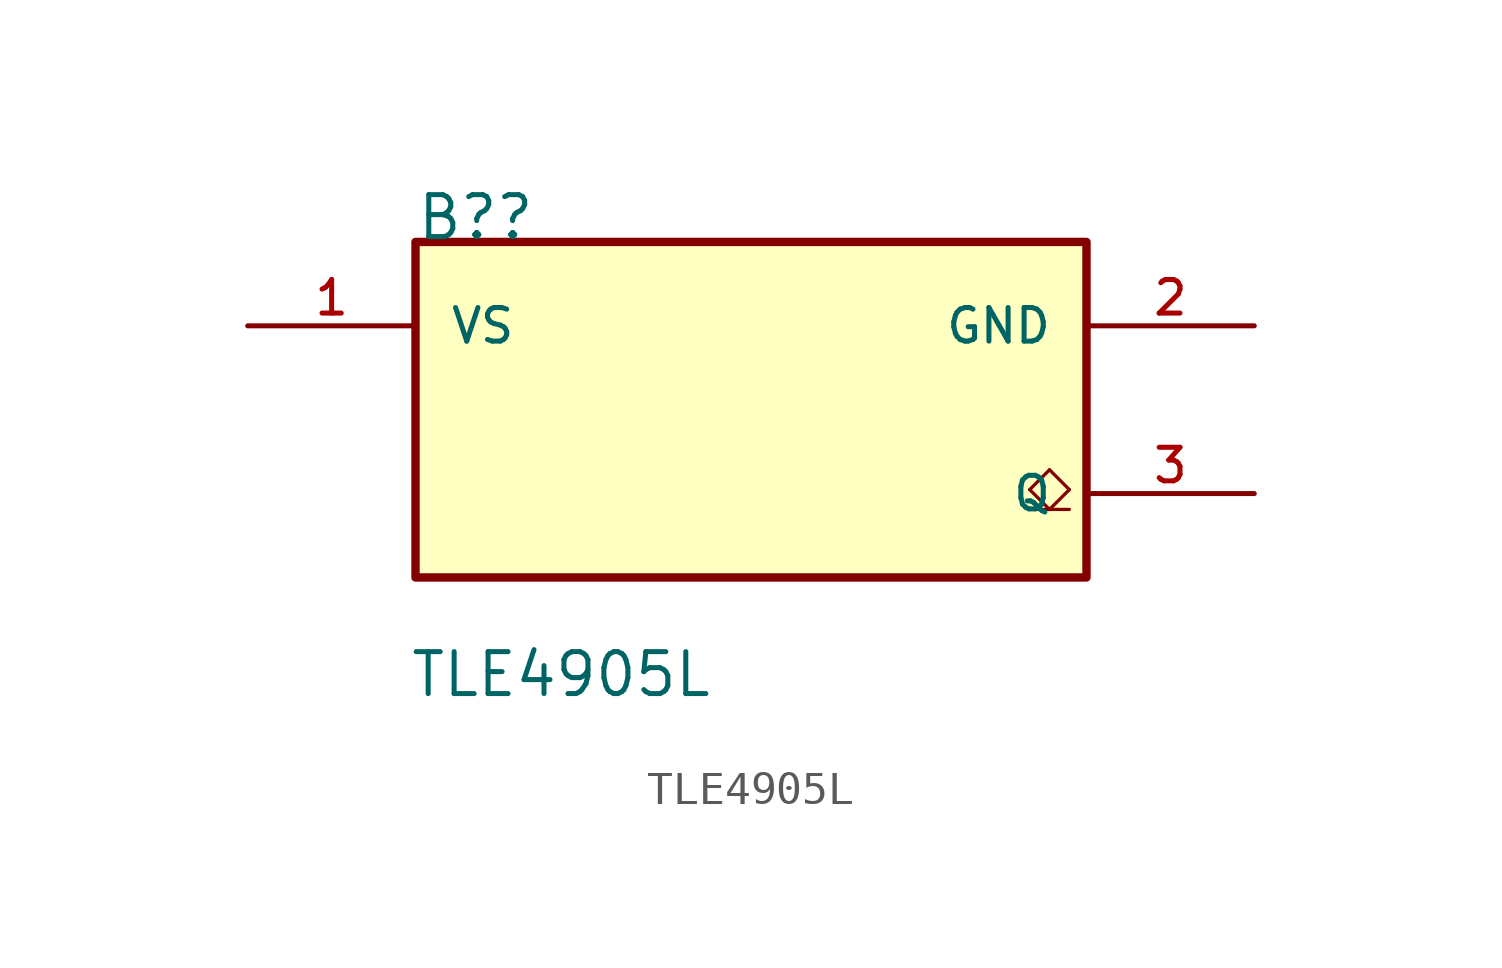
<source format=kicad_sym>
(kicad_symbol_lib
  (version 20211014)
  (generator kicad_symbol_editor)
  (symbol "TLE4905L"
    (pin_names
      (offset 1.016))
    (property "Reference" "B?"
      (at 0.0 0.0 0.0)
      (effects (font (size 1.27 1.27)) (justify bottom left)))
    (property "Value" "TLE4905L"
      (at -0.2 -13.84 0.0)
      (effects (font (size 1.27 1.27)) (justify bottom left)))
    (symbol "TLE4905L_0_0"
      (polyline (pts (xy 18.6 -8.1) (xy 19.2 -8.1)) (stroke (width 0.1)))
      (polyline (pts (xy 19.2 -8.1) (xy 19.8 -8.1)) (stroke (width 0.1)))
      (polyline (pts (xy 19.2 -8.1) (xy 18.6 -7.5)) (stroke (width 0.1)))
      (polyline (pts (xy 18.6 -7.5) (xy 19.2 -6.9)) (stroke (width 0.1)))
      (polyline (pts (xy 19.2 -6.9) (xy 19.8 -7.5)) (stroke (width 0.1)))
      (polyline (pts (xy 19.8 -7.5) (xy 19.2 -8.1)) (stroke (width 0.1)))
      (rectangle (start 1.7763568394e-15 -10.16) (end 20.32 -8.881784197e-16) (stroke (width 0.254)) (fill (type background)))
      (pin power_in line (at 25.4 -2.54 180.0) (length 5.08) (name "GND" (effects (font (size 1.016 1.016)))) (number "2" (effects (font (size 1.016 1.016)))))
      (pin open_collector line (at 25.4 -7.62 180.0) (length 5.08) (name "Q" (effects (font (size 1.016 1.016)))) (number "3" (effects (font (size 1.016 1.016)))))
      (pin power_in line (at -5.08 -2.54 0) (length 5.08) (name "VS" (effects (font (size 1.016 1.016)))) (number "1" (effects (font (size 1.016 1.016))))))))
</source>
